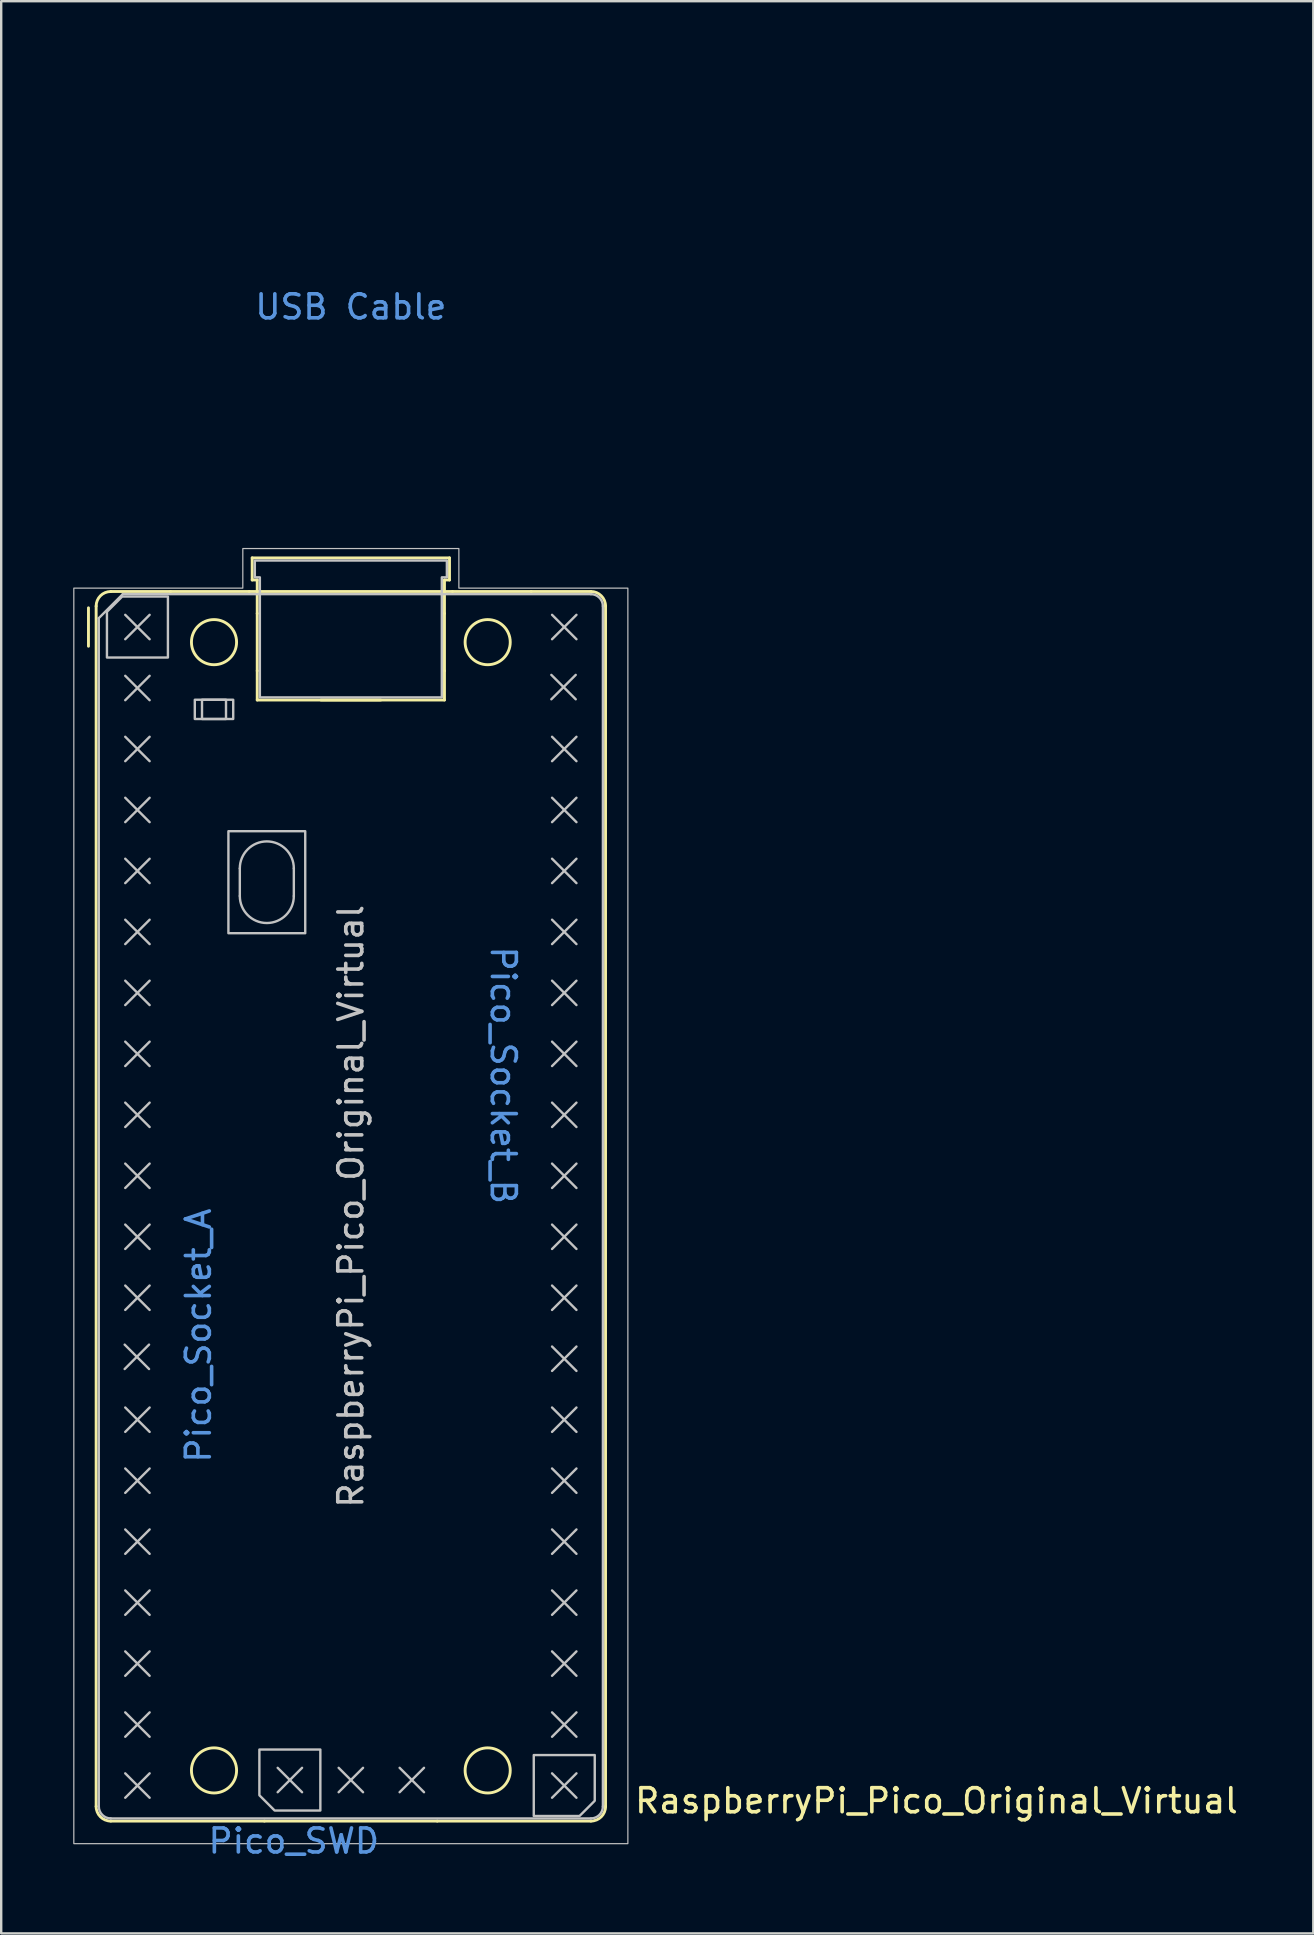
<source format=kicad_pcb>
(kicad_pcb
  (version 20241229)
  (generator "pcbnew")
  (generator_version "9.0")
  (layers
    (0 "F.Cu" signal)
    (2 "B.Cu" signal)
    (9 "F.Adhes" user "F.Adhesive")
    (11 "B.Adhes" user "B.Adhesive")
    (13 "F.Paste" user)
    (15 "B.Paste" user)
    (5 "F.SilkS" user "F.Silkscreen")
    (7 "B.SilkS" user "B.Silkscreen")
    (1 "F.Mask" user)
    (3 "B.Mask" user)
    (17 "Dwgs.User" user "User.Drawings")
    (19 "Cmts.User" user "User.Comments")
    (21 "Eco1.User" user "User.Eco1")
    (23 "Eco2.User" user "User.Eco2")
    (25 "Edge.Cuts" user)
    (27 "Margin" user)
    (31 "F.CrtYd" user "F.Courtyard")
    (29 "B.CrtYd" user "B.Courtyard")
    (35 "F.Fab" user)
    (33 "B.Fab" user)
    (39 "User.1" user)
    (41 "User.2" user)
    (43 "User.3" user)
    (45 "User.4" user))
  (footprint "RaspberryPi_Pico_Original_Virtual"
    (layer "F.Cu")
    (at 11.565 47.2)
    (property "Reference" "RaspberryPi_Pico_Original_Virtual" (at 11.748 24.765 0) (unlocked yes) (layer "F.SilkS") (effects (font (size 1 1) (thickness 0.15)) (justify left)))
    (attr exclude_from_pos_files allow_missing_courtyard)
    (fp_line (start -10.93 -23.33) (end -10.93 -24.93) (stroke (width 0.12) (type solid)) (layer "F.SilkS"))
    (fp_line (start -10.61 -25) (end -10.61 25) (stroke (width 0.12) (type solid)) (layer "F.SilkS"))
    (fp_line (start -10 -25.61) (end -7.51 -25.61) (stroke (width 0.12) (type solid)) (layer "F.SilkS"))
    (fp_line (start -10 25.61) (end -3.6 25.61) (stroke (width 0.12) (type solid)) (layer "F.SilkS"))
    (fp_line (start -7.51 -25.61) (end -4.235 -25.61) (stroke (width 0.12) (type solid)) (layer "F.SilkS"))
    (fp_line (start -4.235 -25.61) (end 4.235 -25.61) (stroke (width 0.12) (type solid)) (layer "F.SilkS"))
    (fp_line (start -4.11 -27.01) (end -4.11 -26.09) (stroke (width 0.12) (type solid)) (layer "F.SilkS"))
    (fp_line (start -4.11 -27.01) (end 4.11 -27.01) (stroke (width 0.12) (type solid)) (layer "F.SilkS"))
    (fp_line (start -4.11 -26.09) (end -3.9 -26.09) (stroke (width 0.12) (type solid)) (layer "F.SilkS"))
    (fp_line (start -3.9 -26.09) (end -3.9 -24.694) (stroke (width 0.12) (type solid)) (layer "F.SilkS"))
    (fp_line (start -3.9 -24.694) (end -3.9 -22.306) (stroke (width 0.12) (type default)) (layer "F.SilkS"))
    (fp_line (start -3.9 -22.306) (end -3.9 -21.09) (stroke (width 0.12) (type solid)) (layer "F.SilkS"))
    (fp_line (start -1.246 -21.09) (end 1.246 -21.09) (stroke (width 0.12) (type solid)) (layer "F.SilkS"))
    (fp_line (start 3.6 25.61) (end -3.6 25.61) (stroke (width 0.12) (type solid)) (layer "F.SilkS"))
    (fp_line (start 3.6 25.61) (end 10 25.61) (stroke (width 0.12) (type solid)) (layer "F.SilkS"))
    (fp_line (start 3.9 -26.09) (end 3.9 -24.694) (stroke (width 0.12) (type solid)) (layer "F.SilkS"))
    (fp_line (start 3.9 -24.694) (end 3.9 -22.306) (stroke (width 0.12) (type default)) (layer "F.SilkS"))
    (fp_line (start 3.9 -22.306) (end 3.9 -21.09) (stroke (width 0.12) (type solid)) (layer "F.SilkS"))
    (fp_line (start 3.9 -21.09) (end -3.9 -21.09) (stroke (width 0.12) (type solid)) (layer "F.SilkS"))
    (fp_line (start 4.11 -27.01) (end 4.11 -26.09) (stroke (width 0.12) (type solid)) (layer "F.SilkS"))
    (fp_line (start 4.11 -26.09) (end 3.9 -26.09) (stroke (width 0.12) (type solid)) (layer "F.SilkS"))
    (fp_line (start 4.235 -25.61) (end 7.51 -25.61) (stroke (width 0.12) (type solid)) (layer "F.SilkS"))
    (fp_line (start 7.51 -25.61) (end 10 -25.61) (stroke (width 0.12) (type solid)) (layer "F.SilkS"))
    (fp_line (start 10.61 -25) (end 10.61 25) (stroke (width 0.12) (type solid)) (layer "F.SilkS"))
    (fp_arc (start -10.61 -25) (mid -10.431335 -25.431335) (end -10 -25.61) (stroke (width 0.12) (type solid)) (layer "F.SilkS"))
    (fp_arc (start -10 25.61) (mid -10.431364 25.431364) (end -10.61 25) (stroke (width 0.12) (type solid)) (layer "F.SilkS"))
    (fp_arc (start 10 -25.61) (mid 10.431335 -25.431335) (end 10.61 -25) (stroke (width 0.12) (type solid)) (layer "F.SilkS"))
    (fp_arc (start 10.61 25) (mid 10.431335 25.431335) (end 10 25.61) (stroke (width 0.12) (type solid)) (layer "F.SilkS"))
    (fp_circle (center -5.7 -23.5) (end -4.76 -23.5) (stroke (width 0.12) (type solid)) (fill no) (layer "F.SilkS"))
    (fp_circle (center -5.7 23.5) (end -4.76 23.5) (stroke (width 0.12) (type solid)) (fill no) (layer "F.SilkS"))
    (fp_circle (center 5.7 -23.5) (end 6.64 -23.5) (stroke (width 0.12) (type solid)) (fill no) (layer "F.SilkS"))
    (fp_circle (center 5.7 23.5) (end 6.64 23.5) (stroke (width 0.12) (type solid)) (fill no) (layer "F.SilkS"))
    (fp_line (start -10.5 -24.5) (end -9.5 -25.5) (stroke (width 0.1) (type solid)) (layer "Dwgs.User"))
    (fp_line (start -10.5 25) (end -10.5 -24.5) (stroke (width 0.1) (type solid)) (layer "Dwgs.User"))
    (fp_line (start -9.5 -25.5) (end 10 -25.5) (stroke (width 0.1) (type solid)) (layer "Dwgs.User"))
    (fp_line (start -9.422 5.763) (end -8.406 6.779) (stroke (width 0.1) (type solid)) (layer "Dwgs.User"))
    (fp_line (start -9.398 -24.638) (end -8.382 -23.622) (stroke (width 0.1) (type solid)) (layer "Dwgs.User"))
    (fp_line (start -9.398 -22.098) (end -8.382 -21.082) (stroke (width 0.1) (type solid)) (layer "Dwgs.User"))
    (fp_line (start -9.398 -19.558) (end -8.382 -18.542) (stroke (width 0.1) (type solid)) (layer "Dwgs.User"))
    (fp_line (start -9.398 -17.018) (end -8.382 -16.002) (stroke (width 0.1) (type solid)) (layer "Dwgs.User"))
    (fp_line (start -9.398 -14.478) (end -8.382 -13.462) (stroke (width 0.1) (type solid)) (layer "Dwgs.User"))
    (fp_line (start -9.398 -11.938) (end -8.382 -10.922) (stroke (width 0.1) (type solid)) (layer "Dwgs.User"))
    (fp_line (start -9.398 -9.398) (end -8.382 -8.382) (stroke (width 0.1) (type solid)) (layer "Dwgs.User"))
    (fp_line (start -9.398 -6.858) (end -8.382 -5.842) (stroke (width 0.1) (type solid)) (layer "Dwgs.User"))
    (fp_line (start -9.398 -4.318) (end -8.382 -3.302) (stroke (width 0.1) (type solid)) (layer "Dwgs.User"))
    (fp_line (start -9.398 -1.778) (end -8.382 -0.762) (stroke (width 0.1) (type solid)) (layer "Dwgs.User"))
    (fp_line (start -9.398 0.762) (end -8.382 1.778) (stroke (width 0.1) (type solid)) (layer "Dwgs.User"))
    (fp_line (start -9.398 3.302) (end -8.382 4.318) (stroke (width 0.1) (type solid)) (layer "Dwgs.User"))
    (fp_line (start -9.398 8.382) (end -8.382 9.398) (stroke (width 0.1) (type solid)) (layer "Dwgs.User"))
    (fp_line (start -9.398 10.922) (end -8.382 11.938) (stroke (width 0.1) (type solid)) (layer "Dwgs.User"))
    (fp_line (start -9.398 13.462) (end -8.382 14.478) (stroke (width 0.1) (type solid)) (layer "Dwgs.User"))
    (fp_line (start -9.398 16.002) (end -8.382 17.018) (stroke (width 0.1) (type solid)) (layer "Dwgs.User"))
    (fp_line (start -9.398 18.542) (end -8.382 19.558) (stroke (width 0.1) (type solid)) (layer "Dwgs.User"))
    (fp_line (start -9.398 21.082) (end -8.382 22.098) (stroke (width 0.1) (type solid)) (layer "Dwgs.User"))
    (fp_line (start -9.398 23.622) (end -8.382 24.638) (stroke (width 0.1) (type solid)) (layer "Dwgs.User"))
    (fp_line (start -8.406 5.763) (end -9.422 6.779) (stroke (width 0.1) (type solid)) (layer "Dwgs.User"))
    (fp_line (start -8.382 -24.638) (end -9.398 -23.622) (stroke (width 0.1) (type solid)) (layer "Dwgs.User"))
    (fp_line (start -8.382 -22.098) (end -9.398 -21.082) (stroke (width 0.1) (type solid)) (layer "Dwgs.User"))
    (fp_line (start -8.382 -19.558) (end -9.398 -18.542) (stroke (width 0.1) (type solid)) (layer "Dwgs.User"))
    (fp_line (start -8.382 -17.018) (end -9.398 -16.002) (stroke (width 0.1) (type solid)) (layer "Dwgs.User"))
    (fp_line (start -8.382 -14.478) (end -9.398 -13.462) (stroke (width 0.1) (type solid)) (layer "Dwgs.User"))
    (fp_line (start -8.382 -11.938) (end -9.398 -10.922) (stroke (width 0.1) (type solid)) (layer "Dwgs.User"))
    (fp_line (start -8.382 -9.398) (end -9.398 -8.382) (stroke (width 0.1) (type solid)) (layer "Dwgs.User"))
    (fp_line (start -8.382 -6.858) (end -9.398 -5.842) (stroke (width 0.1) (type solid)) (layer "Dwgs.User"))
    (fp_line (start -8.382 -4.318) (end -9.398 -3.302) (stroke (width 0.1) (type solid)) (layer "Dwgs.User"))
    (fp_line (start -8.382 -1.778) (end -9.398 -0.762) (stroke (width 0.1) (type solid)) (layer "Dwgs.User"))
    (fp_line (start -8.382 0.762) (end -9.398 1.778) (stroke (width 0.1) (type solid)) (layer "Dwgs.User"))
    (fp_line (start -8.382 3.302) (end -9.398 4.318) (stroke (width 0.1) (type solid)) (layer "Dwgs.User"))
    (fp_line (start -8.382 8.382) (end -9.398 9.398) (stroke (width 0.1) (type solid)) (layer "Dwgs.User"))
    (fp_line (start -8.382 10.922) (end -9.398 11.938) (stroke (width 0.1) (type solid)) (layer "Dwgs.User"))
    (fp_line (start -8.382 13.462) (end -9.398 14.478) (stroke (width 0.1) (type solid)) (layer "Dwgs.User"))
    (fp_line (start -8.382 16.002) (end -9.398 17.018) (stroke (width 0.1) (type solid)) (layer "Dwgs.User"))
    (fp_line (start -8.382 18.542) (end -9.398 19.558) (stroke (width 0.1) (type solid)) (layer "Dwgs.User"))
    (fp_line (start -8.382 21.082) (end -9.398 22.098) (stroke (width 0.1) (type solid)) (layer "Dwgs.User"))
    (fp_line (start -8.382 23.622) (end -9.398 24.638) (stroke (width 0.1) (type solid)) (layer "Dwgs.User"))
    (fp_line (start -4.625 -14.075) (end -4.625 -12.925) (stroke (width 0.1) (type solid)) (layer "Dwgs.User"))
    (fp_line (start -3.048 23.392) (end -2.032 24.408) (stroke (width 0.1) (type solid)) (layer "Dwgs.User"))
    (fp_line (start -2.375 -14.075) (end -2.375 -12.925) (stroke (width 0.1) (type solid)) (layer "Dwgs.User"))
    (fp_line (start -2.032 23.392) (end -3.048 24.408) (stroke (width 0.1) (type solid)) (layer "Dwgs.User"))
    (fp_line (start -0.508 23.392) (end 0.508 24.408) (stroke (width 0.1) (type solid)) (layer "Dwgs.User"))
    (fp_line (start 0.508 23.392) (end -0.508 24.408) (stroke (width 0.1) (type solid)) (layer "Dwgs.User"))
    (fp_line (start 2.032 23.392) (end 3.048 24.408) (stroke (width 0.1) (type solid)) (layer "Dwgs.User"))
    (fp_line (start 3.048 23.392) (end 2.032 24.408) (stroke (width 0.1) (type solid)) (layer "Dwgs.User"))
    (fp_line (start 8.352 -22.136) (end 9.368 -21.12) (stroke (width 0.1) (type solid)) (layer "Dwgs.User"))
    (fp_line (start 8.382 -24.638) (end 9.398 -23.622) (stroke (width 0.1) (type solid)) (layer "Dwgs.User"))
    (fp_line (start 8.382 -19.558) (end 9.398 -18.542) (stroke (width 0.1) (type solid)) (layer "Dwgs.User"))
    (fp_line (start 8.382 -17.018) (end 9.398 -16.002) (stroke (width 0.1) (type solid)) (layer "Dwgs.User"))
    (fp_line (start 8.382 -14.478) (end 9.398 -13.462) (stroke (width 0.1) (type solid)) (layer "Dwgs.User"))
    (fp_line (start 8.382 -11.938) (end 9.398 -10.922) (stroke (width 0.1) (type solid)) (layer "Dwgs.User"))
    (fp_line (start 8.382 -9.398) (end 9.398 -8.382) (stroke (width 0.1) (type solid)) (layer "Dwgs.User"))
    (fp_line (start 8.382 -6.858) (end 9.398 -5.842) (stroke (width 0.1) (type solid)) (layer "Dwgs.User"))
    (fp_line (start 8.382 -4.318) (end 9.398 -3.302) (stroke (width 0.1) (type solid)) (layer "Dwgs.User"))
    (fp_line (start 8.382 -1.778) (end 9.398 -0.762) (stroke (width 0.1) (type solid)) (layer "Dwgs.User"))
    (fp_line (start 8.382 0.762) (end 9.398 1.778) (stroke (width 0.1) (type solid)) (layer "Dwgs.User"))
    (fp_line (start 8.382 3.302) (end 9.398 4.318) (stroke (width 0.1) (type solid)) (layer "Dwgs.User"))
    (fp_line (start 8.382 5.842) (end 9.398 6.858) (stroke (width 0.1) (type solid)) (layer "Dwgs.User"))
    (fp_line (start 8.382 8.382) (end 9.398 9.398) (stroke (width 0.1) (type solid)) (layer "Dwgs.User"))
    (fp_line (start 8.382 10.922) (end 9.398 11.938) (stroke (width 0.1) (type solid)) (layer "Dwgs.User"))
    (fp_line (start 8.382 13.462) (end 9.398 14.478) (stroke (width 0.1) (type solid)) (layer "Dwgs.User"))
    (fp_line (start 8.382 16.002) (end 9.398 17.018) (stroke (width 0.1) (type solid)) (layer "Dwgs.User"))
    (fp_line (start 8.382 18.542) (end 9.398 19.558) (stroke (width 0.1) (type solid)) (layer "Dwgs.User"))
    (fp_line (start 8.382 21.082) (end 9.398 22.098) (stroke (width 0.1) (type solid)) (layer "Dwgs.User"))
    (fp_line (start 8.382 23.622) (end 9.398 24.638) (stroke (width 0.1) (type solid)) (layer "Dwgs.User"))
    (fp_line (start 9.368 -22.136) (end 8.352 -21.12) (stroke (width 0.1) (type solid)) (layer "Dwgs.User"))
    (fp_line (start 9.398 -24.638) (end 8.382 -23.622) (stroke (width 0.1) (type solid)) (layer "Dwgs.User"))
    (fp_line (start 9.398 -19.558) (end 8.382 -18.542) (stroke (width 0.1) (type solid)) (layer "Dwgs.User"))
    (fp_line (start 9.398 -17.018) (end 8.382 -16.002) (stroke (width 0.1) (type solid)) (layer "Dwgs.User"))
    (fp_line (start 9.398 -14.478) (end 8.382 -13.462) (stroke (width 0.1) (type solid)) (layer "Dwgs.User"))
    (fp_line (start 9.398 -11.938) (end 8.382 -10.922) (stroke (width 0.1) (type solid)) (layer "Dwgs.User"))
    (fp_line (start 9.398 -9.398) (end 8.382 -8.382) (stroke (width 0.1) (type solid)) (layer "Dwgs.User"))
    (fp_line (start 9.398 -6.858) (end 8.382 -5.842) (stroke (width 0.1) (type solid)) (layer "Dwgs.User"))
    (fp_line (start 9.398 -4.318) (end 8.382 -3.302) (stroke (width 0.1) (type solid)) (layer "Dwgs.User"))
    (fp_line (start 9.398 -1.778) (end 8.382 -0.762) (stroke (width 0.1) (type solid)) (layer "Dwgs.User"))
    (fp_line (start 9.398 0.762) (end 8.382 1.778) (stroke (width 0.1) (type solid)) (layer "Dwgs.User"))
    (fp_line (start 9.398 3.302) (end 8.382 4.318) (stroke (width 0.1) (type solid)) (layer "Dwgs.User"))
    (fp_line (start 9.398 5.842) (end 8.382 6.858) (stroke (width 0.1) (type solid)) (layer "Dwgs.User"))
    (fp_line (start 9.398 8.382) (end 8.382 9.398) (stroke (width 0.1) (type solid)) (layer "Dwgs.User"))
    (fp_line (start 9.398 10.922) (end 8.382 11.938) (stroke (width 0.1) (type solid)) (layer "Dwgs.User"))
    (fp_line (start 9.398 13.462) (end 8.382 14.478) (stroke (width 0.1) (type solid)) (layer "Dwgs.User"))
    (fp_line (start 9.398 16.002) (end 8.382 17.018) (stroke (width 0.1) (type solid)) (layer "Dwgs.User"))
    (fp_line (start 9.398 18.542) (end 8.382 19.558) (stroke (width 0.1) (type solid)) (layer "Dwgs.User"))
    (fp_line (start 9.398 21.082) (end 8.382 22.098) (stroke (width 0.1) (type solid)) (layer "Dwgs.User"))
    (fp_line (start 9.398 23.622) (end 8.382 24.638) (stroke (width 0.1) (type solid)) (layer "Dwgs.User"))
    (fp_line (start 10 25.5) (end -10 25.5) (stroke (width 0.1) (type solid)) (layer "Dwgs.User"))
    (fp_line (start 10.5 -25) (end 10.5 25) (stroke (width 0.1) (type solid)) (layer "Dwgs.User"))
    (fp_rect (start -6.5 -21.1) (end -4.9 -20.3) (stroke (width 0.1) (type solid)) (fill no) (layer "Dwgs.User"))
    (fp_rect (start -6.2 -21.1) (end -5.2 -20.3) (stroke (width 0.1) (type solid)) (fill no) (layer "Dwgs.User"))
    (fp_rect (start -5.1 -15.625) (end -1.9 -11.375) (stroke (width 0.1) (type solid)) (fill no) (layer "Dwgs.User"))
    (fp_arc (start -10 25.5) (mid -10.353553 25.353553) (end -10.5 25) (stroke (width 0.1) (type solid)) (layer "Dwgs.User"))
    (fp_arc (start -4.625 -14.075) (mid -3.5 -15.2) (end -2.375 -14.075) (stroke (width 0.1) (type solid)) (layer "Dwgs.User"))
    (fp_arc (start -2.375 -12.925) (mid -3.5 -11.8) (end -4.625 -12.925) (stroke (width 0.1) (type solid)) (layer "Dwgs.User"))
    (fp_arc (start 10 -25.5) (mid 10.353553 -25.353553) (end 10.5 -25) (stroke (width 0.1) (type solid)) (layer "Dwgs.User"))
    (fp_arc (start 10.5 25) (mid 10.353553 25.353553) (end 10 25.5) (stroke (width 0.1) (type solid)) (layer "Dwgs.User"))
    (fp_poly (pts (xy -10.16 -24.765) (xy -10.16 -22.86) (xy -7.62 -22.86) (xy -7.62 -25.4) (xy -9.525 -25.4)) (stroke (width 0.1) (type solid)) (fill no) (layer "Dwgs.User"))
    (fp_poly (pts (xy -3.175 25.17) (xy -1.27 25.17) (xy -1.27 22.63) (xy -3.81 22.63) (xy -3.81 24.535)) (stroke (width 0.1) (type solid)) (fill no) (layer "Dwgs.User"))
    (fp_poly (pts (xy 10.16 24.765) (xy 10.16 22.86) (xy 7.62 22.86) (xy 7.62 25.4) (xy 9.525 25.4)) (stroke (width 0.1) (type solid)) (fill no) (layer "Dwgs.User"))
    (fp_poly (pts (xy -4.5 -27.4) (xy 4.5 -27.4) (xy 4.5 -25.75) (xy 11.54 -25.75) (xy 11.54 26.55) (xy -11.54 26.55) (xy -11.54 -25.75) (xy -4.5 -25.75)) (stroke (width 0.05) (type solid)) (fill no) (layer "Dwgs.User"))
    (fp_poly (pts (xy 3.79 -21.2) (xy 3.79 -26.2) (xy 4 -26.2) (xy 4 -26.9) (xy -4 -26.9) (xy -4 -26.2) (xy -3.79 -26.2) (xy -3.79 -21.2)) (stroke (width 0.1) (type solid)) (fill no) (layer "Dwgs.User"))
    (fp_text user "${REFERENCE}" (at 0 0 90) (layer "Dwgs.User") (effects (font (size 1 1) (thickness 0.15))))
    (fp_text user "Pico_Socket_B" (at 6.35 0 270) (unlocked yes) (layer "Cmts.User") (effects (font (size 1 1) (thickness 0.15)) (justify right)))
    (fp_text user "Pico_Socket_A" (at -6.35 0 90) (unlocked yes) (layer "Cmts.User") (effects (font (size 1 1) (thickness 0.15)) (justify right)))
    (fp_text user "USB Cable" (at 0 -37.465 0) (unlocked yes) (layer "Cmts.User") (effects (font (size 1 1) (thickness 0.15))))
    (fp_text user "Pico_SWD" (at 1.27 26.44 0) (unlocked yes) (layer "Cmts.User") (effects (font (size 1 1) (thickness 0.15)) (justify right)))
    (zone (net_name "") (layer "F.CrtYd") (name "USB Cable") (hatch edge 0.5) (connect_pads) (min_thickness 0.254) (filled_areas_thickness no) (keepout (tracks allowed) (vias allowed) (pads allowed) (copperpour allowed) (footprints allowed)) (placement (enabled no)) (fill) (polygon (pts (xy 5.815 19.5) (xy 7.625 19.5) (xy 7.625 19.8) (xy 15.505 19.8) (xy 15.505 19.5) (xy 17.315 19.5) (xy 17.315 0) (xy 5.815 0)))))
  (gr_rect
    (start -3 -3)
    (end 51.658 77.488)
    (stroke (width 0.1) (type default))
    (fill no)
    (layer "Edge.Cuts")))
</source>
